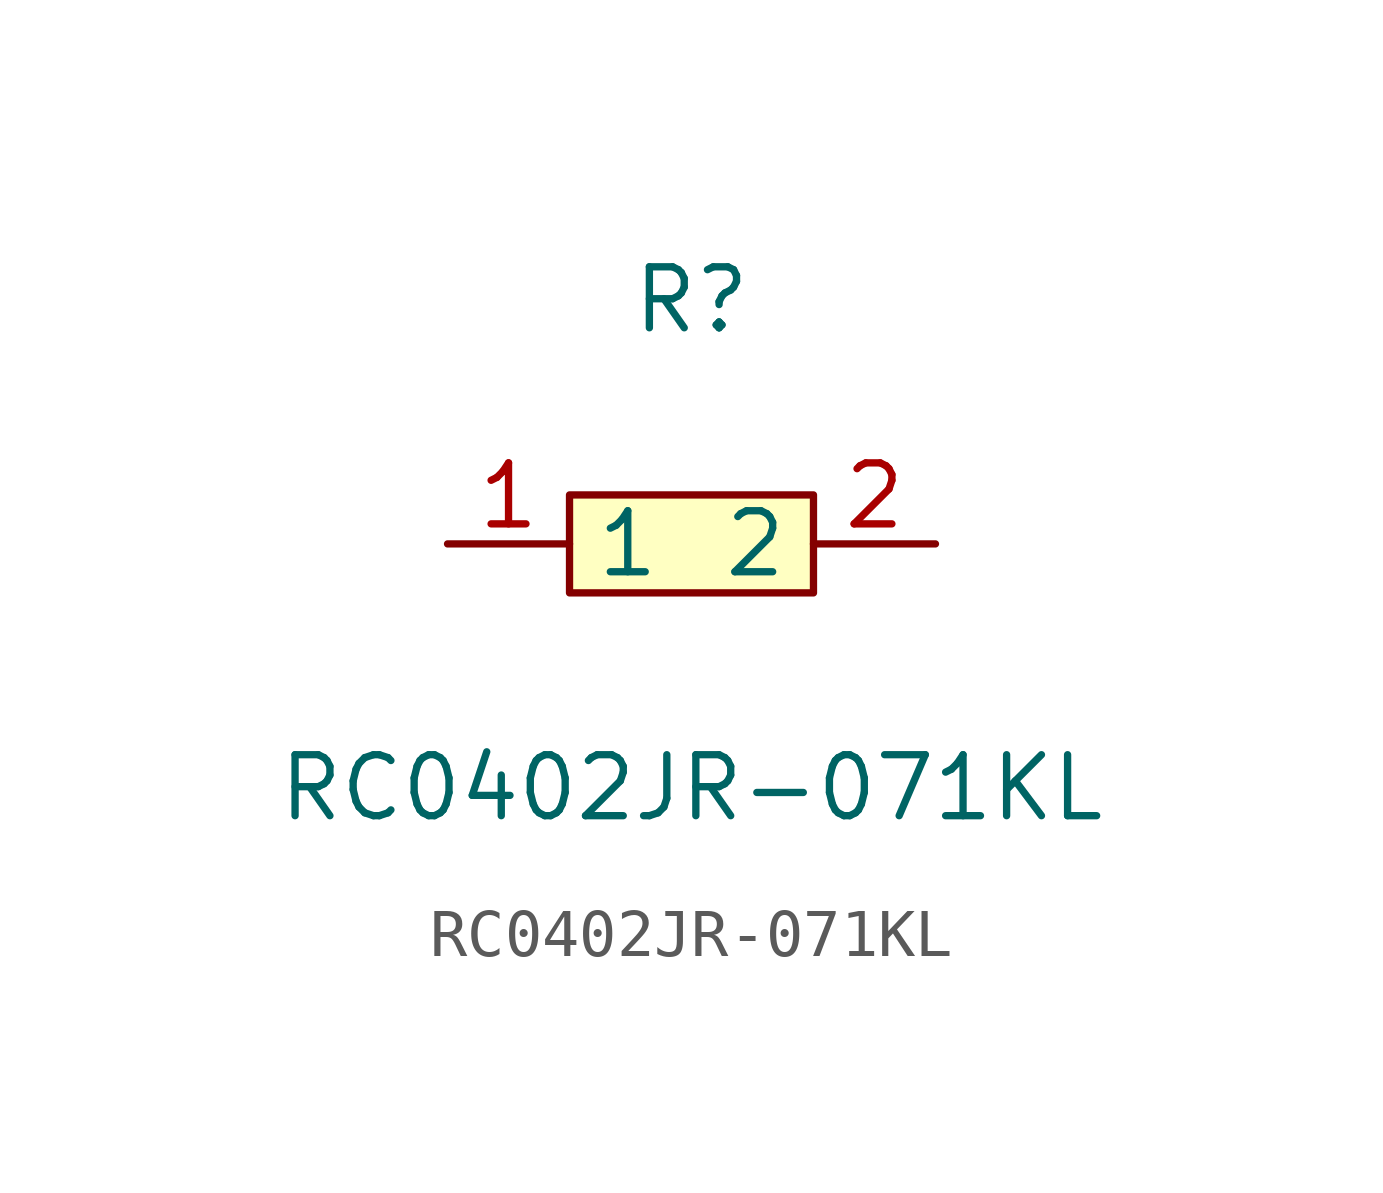
<source format=kicad_sym>
(kicad_symbol_lib
  (version 1)
  (generator "faebryk")
  (symbol "RC0402JR-071KL"
    (property "Reference" "R"
      (at 0 5.08 0)
      (effects (font (size 1.27 1.27)) (hide no)))
    (property "Value" "RC0402JR-071KL"
      (at 0 -5.08 0)
      (effects (font (size 1.27 1.27)) (hide no)))
    (symbol "RC0402JR-071KL_0_1"
      (rectangle (start -2.54 1.02) (end 2.54 -1.02) (stroke (width 0) (type default) (color 0 0 0 0)) (fill (type background)))
      (pin input line (at 5.08 0 180) (length 2.54) (name "2" (effects (font (size 1.27 1.27)) (hide no))) (number "2" (effects (font (size 1.27 1.27)) (hide no))))
      (pin input line (at -5.08 0 0) (length 2.54) (name "1" (effects (font (size 1.27 1.27)) (hide no))) (number "1" (effects (font (size 1.27 1.27)) (hide no)))))))
</source>
